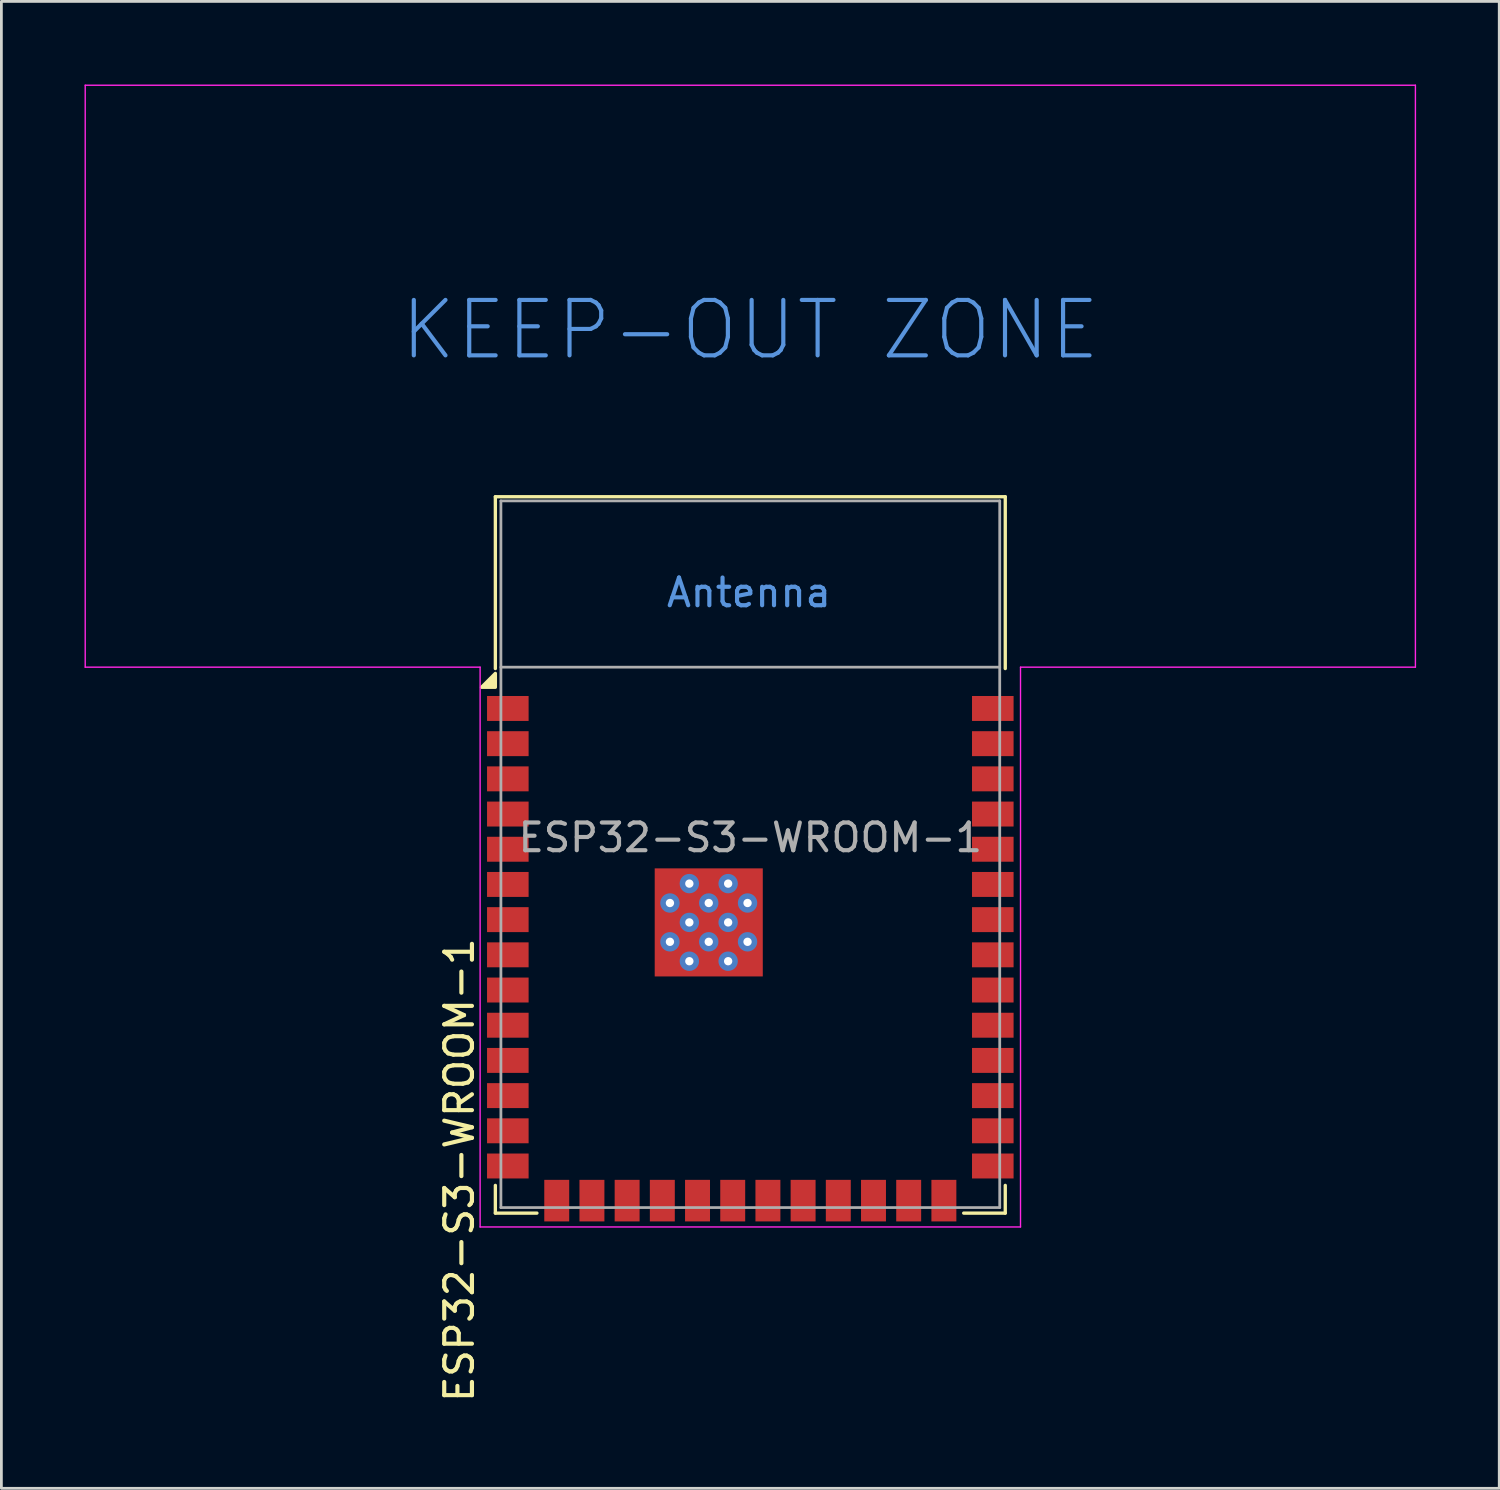
<source format=kicad_pcb>
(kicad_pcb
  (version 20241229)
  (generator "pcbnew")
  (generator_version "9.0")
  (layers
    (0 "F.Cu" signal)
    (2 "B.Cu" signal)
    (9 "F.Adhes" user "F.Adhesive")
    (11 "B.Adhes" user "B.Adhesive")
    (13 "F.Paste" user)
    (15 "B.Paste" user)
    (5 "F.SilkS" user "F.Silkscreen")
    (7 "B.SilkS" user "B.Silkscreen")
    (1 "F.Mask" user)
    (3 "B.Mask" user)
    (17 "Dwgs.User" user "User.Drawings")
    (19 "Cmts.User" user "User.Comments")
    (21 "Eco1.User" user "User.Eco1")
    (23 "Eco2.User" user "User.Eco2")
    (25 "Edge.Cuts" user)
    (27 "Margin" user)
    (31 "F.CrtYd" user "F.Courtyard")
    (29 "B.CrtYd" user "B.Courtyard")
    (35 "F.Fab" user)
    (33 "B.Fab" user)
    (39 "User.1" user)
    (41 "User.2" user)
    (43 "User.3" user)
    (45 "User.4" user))
  (footprint "ESP32-S3-WROOM-1"
    (layer "F.Cu")
    (at 24.025 27.775)
    (property "Reference" "ESP32-S3-WROOM-1" (at -10.5 11.4 90) (unlocked yes) (layer "F.SilkS") (effects (font (size 1 1) (thickness 0.15))))
    (attr smd)
    (fp_line (start -9.2 -12.9) (end -9.2 -6.7) (stroke (width 0.12) (type solid)) (layer "F.SilkS"))
    (fp_line (start -9.2 -12.9) (end 9.2 -12.9) (stroke (width 0.12) (type solid)) (layer "F.SilkS"))
    (fp_line (start -9.2 11.95) (end -9.2 12.95) (stroke (width 0.12) (type solid)) (layer "F.SilkS"))
    (fp_line (start -9.2 12.95) (end -7.7 12.95) (stroke (width 0.12) (type solid)) (layer "F.SilkS"))
    (fp_line (start 9.2 -12.9) (end 9.2 -6.7) (stroke (width 0.12) (type solid)) (layer "F.SilkS"))
    (fp_line (start 9.2 12.95) (end 7.7 12.95) (stroke (width 0.12) (type solid)) (layer "F.SilkS"))
    (fp_line (start 9.2 12.95) (end 9.2 11.95) (stroke (width 0.12) (type solid)) (layer "F.SilkS"))
    (fp_poly (pts (xy -9.2 -6.025) (xy -9.7 -6.025) (xy -9.2 -6.525) (xy -9.2 -6.025)) (stroke (width 0.12) (type solid)) (fill yes) (layer "F.SilkS"))
    (fp_line (start -24 -27.75) (end -24 -6.75) (stroke (width 0.05) (type solid)) (layer "F.CrtYd"))
    (fp_line (start -24 -6.75) (end -9.75 -6.75) (stroke (width 0.05) (type solid)) (layer "F.CrtYd"))
    (fp_line (start -9.75 13.45) (end -9.75 -6.75) (stroke (width 0.05) (type solid)) (layer "F.CrtYd"))
    (fp_line (start -9.75 13.45) (end 9.75 13.45) (stroke (width 0.05) (type solid)) (layer "F.CrtYd"))
    (fp_line (start 9.75 -6.75) (end 9.75 13.45) (stroke (width 0.05) (type solid)) (layer "F.CrtYd"))
    (fp_line (start 9.75 -6.75) (end 24 -6.75) (stroke (width 0.05) (type solid)) (layer "F.CrtYd"))
    (fp_line (start 24 -27.75) (end -24 -27.75) (stroke (width 0.05) (type solid)) (layer "F.CrtYd"))
    (fp_line (start 24 -6.75) (end 24 -27.75) (stroke (width 0.05) (type solid)) (layer "F.CrtYd"))
    (fp_line (start -9 -12.75) (end 9 -12.75) (stroke (width 0.1) (type solid)) (layer "F.Fab"))
    (fp_line (start -9 -6.75) (end 9 -6.75) (stroke (width 0.1) (type solid)) (layer "F.Fab"))
    (fp_line (start -9 12.75) (end -9 -12.75) (stroke (width 0.1) (type solid)) (layer "F.Fab"))
    (fp_line (start -9 12.75) (end 9 12.75) (stroke (width 0.1) (type solid)) (layer "F.Fab"))
    (fp_line (start 9 12.75) (end 9 -12.75) (stroke (width 0.1) (type solid)) (layer "F.Fab"))
    (fp_text user "KEEP-OUT ZONE" (at 0 -18.92 0) (layer "Cmts.User") (effects (font (size 2 2) (thickness 0.15))))
    (fp_text user "Antenna" (at -0.05 -9.44 0) (layer "Cmts.User") (effects (font (size 1 1) (thickness 0.15))))
    (fp_text user "${REFERENCE}" (at 0 -0.6 0) (unlocked yes) (layer "F.Fab") (effects (font (size 1 1) (thickness 0.15))))
    (pad "" smd rect (at -2.9 1.06) (size 0.9 0.9) (layers "F.Paste"))
    (pad "" smd rect (at -2.9 2.46 270) (size 0.9 0.9) (layers "F.Paste"))
    (pad "" smd rect (at -2.9 3.86) (size 0.9 0.9) (layers "F.Paste"))
    (pad "" smd rect (at -1.5 1.06 270) (size 0.9 0.9) (layers "F.Paste"))
    (pad "" smd rect (at -1.5 2.46 270) (size 0.9 0.9) (layers "F.Paste"))
    (pad "" smd rect (at -1.5 3.86 270) (size 0.9 0.9) (layers "F.Paste"))
    (pad "" smd rect (at -0.1 1.06 270) (size 0.9 0.9) (layers "F.Paste"))
    (pad "" smd rect (at -0.1 2.46 270) (size 0.9 0.9) (layers "F.Paste"))
    (pad "" smd rect (at -0.1 3.86 270) (size 0.9 0.9) (layers "F.Paste"))
    (pad "1" smd rect (at -8.75 -5.26) (size 1.5 0.9) (layers "F.Cu" "F.Mask" "F.Paste"))
    (pad "2" smd rect (at -8.75 -3.99) (size 1.5 0.9) (layers "F.Cu" "F.Mask" "F.Paste"))
    (pad "3" smd rect (at -8.75 -2.72) (size 1.5 0.9) (layers "F.Cu" "F.Mask" "F.Paste"))
    (pad "4" smd rect (at -8.75 -1.45) (size 1.5 0.9) (layers "F.Cu" "F.Mask" "F.Paste"))
    (pad "5" smd rect (at -8.75 -0.18) (size 1.5 0.9) (layers "F.Cu" "F.Mask" "F.Paste"))
    (pad "6" smd rect (at -8.75 1.09) (size 1.5 0.9) (layers "F.Cu" "F.Mask" "F.Paste"))
    (pad "7" smd rect (at -8.75 2.36) (size 1.5 0.9) (layers "F.Cu" "F.Mask" "F.Paste"))
    (pad "8" smd rect (at -8.75 3.63) (size 1.5 0.9) (layers "F.Cu" "F.Mask" "F.Paste"))
    (pad "9" smd rect (at -8.75 4.9) (size 1.5 0.9) (layers "F.Cu" "F.Mask" "F.Paste"))
    (pad "10" smd rect (at -8.75 6.17) (size 1.5 0.9) (layers "F.Cu" "F.Mask" "F.Paste"))
    (pad "11" smd rect (at -8.75 7.44) (size 1.5 0.9) (layers "F.Cu" "F.Mask" "F.Paste"))
    (pad "12" smd rect (at -8.75 8.71) (size 1.5 0.9) (layers "F.Cu" "F.Mask" "F.Paste"))
    (pad "13" smd rect (at -8.75 9.98) (size 1.5 0.9) (layers "F.Cu" "F.Mask" "F.Paste"))
    (pad "14" smd rect (at -8.75 11.25 180) (size 1.5 0.9) (layers "F.Cu" "F.Mask" "F.Paste"))
    (pad "15" smd rect (at -6.985 12.5 270) (size 1.5 0.9) (layers "F.Cu" "F.Mask" "F.Paste"))
    (pad "16" smd rect (at -5.715 12.5 270) (size 1.5 0.9) (layers "F.Cu" "F.Mask" "F.Paste"))
    (pad "17" smd rect (at -4.445 12.5 270) (size 1.5 0.9) (layers "F.Cu" "F.Mask" "F.Paste"))
    (pad "18" smd rect (at -3.175 12.5 270) (size 1.5 0.9) (layers "F.Cu" "F.Mask" "F.Paste"))
    (pad "19" smd rect (at -1.905 12.5 270) (size 1.5 0.9) (layers "F.Cu" "F.Mask" "F.Paste"))
    (pad "20" smd rect (at -0.635 12.5 270) (size 1.5 0.9) (layers "F.Cu" "F.Mask" "F.Paste"))
    (pad "21" smd rect (at 0.635 12.5 270) (size 1.5 0.9) (layers "F.Cu" "F.Mask" "F.Paste"))
    (pad "22" smd rect (at 1.905 12.5 270) (size 1.5 0.9) (layers "F.Cu" "F.Mask" "F.Paste"))
    (pad "23" smd rect (at 3.175 12.5 270) (size 1.5 0.9) (layers "F.Cu" "F.Mask" "F.Paste"))
    (pad "24" smd rect (at 4.445 12.5 270) (size 1.5 0.9) (layers "F.Cu" "F.Mask" "F.Paste"))
    (pad "25" smd rect (at 5.715 12.5 270) (size 1.5 0.9) (layers "F.Cu" "F.Mask" "F.Paste"))
    (pad "26" smd rect (at 6.985 12.5 270) (size 1.5 0.9) (layers "F.Cu" "F.Mask" "F.Paste"))
    (pad "27" smd rect (at 8.75 11.25) (size 1.5 0.9) (layers "F.Cu" "F.Mask" "F.Paste"))
    (pad "28" smd rect (at 8.75 9.98) (size 1.5 0.9) (layers "F.Cu" "F.Mask" "F.Paste"))
    (pad "29" smd rect (at 8.75 8.71) (size 1.5 0.9) (layers "F.Cu" "F.Mask" "F.Paste"))
    (pad "30" smd rect (at 8.75 7.44) (size 1.5 0.9) (layers "F.Cu" "F.Mask" "F.Paste"))
    (pad "31" smd rect (at 8.75 6.17) (size 1.5 0.9) (layers "F.Cu" "F.Mask" "F.Paste"))
    (pad "32" smd rect (at 8.75 4.9) (size 1.5 0.9) (layers "F.Cu" "F.Mask" "F.Paste"))
    (pad "33" smd rect (at 8.75 3.63) (size 1.5 0.9) (layers "F.Cu" "F.Mask" "F.Paste"))
    (pad "34" smd rect (at 8.75 2.36) (size 1.5 0.9) (layers "F.Cu" "F.Mask" "F.Paste"))
    (pad "35" smd rect (at 8.75 1.09) (size 1.5 0.9) (layers "F.Cu" "F.Mask" "F.Paste"))
    (pad "36" smd rect (at 8.75 -0.18) (size 1.5 0.9) (layers "F.Cu" "F.Mask" "F.Paste"))
    (pad "37" smd rect (at 8.75 -1.45) (size 1.5 0.9) (layers "F.Cu" "F.Mask" "F.Paste"))
    (pad "38" smd rect (at 8.75 -2.72) (size 1.5 0.9) (layers "F.Cu" "F.Mask" "F.Paste"))
    (pad "39" smd rect (at 8.75 -3.99) (size 1.5 0.9) (layers "F.Cu" "F.Mask" "F.Paste"))
    (pad "40" smd rect (at 8.75 -5.26) (size 1.5 0.9) (layers "F.Cu" "F.Mask" "F.Paste"))
    (pad "41" thru_hole circle (at -2.9 1.76 90) (size 0.7 0.7) (drill 0.3) (property pad_prop_heatsink) (layers "*.Cu" "F.Mask"))
    (pad "41" thru_hole circle (at -2.9 3.16) (size 0.7 0.7) (drill 0.3) (property pad_prop_heatsink) (layers "*.Cu" "F.Mask"))
    (pad "41" thru_hole circle (at -2.2 1.06) (size 0.7 0.7) (drill 0.3) (property pad_prop_heatsink) (layers "*.Cu" "F.Mask"))
    (pad "41" thru_hole circle (at -2.2 2.46) (size 0.7 0.7) (drill 0.3) (property pad_prop_heatsink) (layers "*.Cu" "F.Mask"))
    (pad "41" thru_hole circle (at -2.2 3.86) (size 0.7 0.7) (drill 0.3) (property pad_prop_heatsink) (layers "*.Cu" "F.Mask"))
    (pad "41" thru_hole circle (at -1.5 1.76) (size 0.7 0.7) (drill 0.3) (property pad_prop_heatsink) (layers "*.Cu" "F.Mask"))
    (pad "41" smd rect (at -1.5 2.46 270) (size 3.9 3.9) (layers "F.Cu" "F.Mask"))
    (pad "41" thru_hole circle (at -1.5 3.16) (size 0.7 0.7) (drill 0.3) (property pad_prop_heatsink) (layers "*.Cu" "F.Mask"))
    (pad "41" thru_hole circle (at -0.8 1.06) (size 0.7 0.7) (drill 0.3) (property pad_prop_heatsink) (layers "*.Cu" "F.Mask"))
    (pad "41" thru_hole circle (at -0.8 2.46) (size 0.7 0.7) (drill 0.3) (property pad_prop_heatsink) (layers "*.Cu" "F.Mask"))
    (pad "41" thru_hole circle (at -0.8 3.86) (size 0.7 0.7) (drill 0.3) (property pad_prop_heatsink) (layers "*.Cu" "F.Mask"))
    (pad "41" thru_hole circle (at -0.1 1.76) (size 0.7 0.7) (drill 0.3) (property pad_prop_heatsink) (layers "*.Cu" "F.Mask"))
    (pad "41" thru_hole circle (at -0.1 3.16) (size 0.7 0.7) (drill 0.3) (property pad_prop_heatsink) (layers "*.Cu" "F.Mask"))
    (zone (net_name "") (layers "F.Cu" "B.Cu") (hatch full 0.508) (connect_pads) (min_thickness 0.254) (filled_areas_thickness no) (keepout (tracks not_allowed) (vias not_allowed) (pads not_allowed) (copperpour not_allowed) (footprints not_allowed)) (placement (enabled no)) (fill) (polygon (pts (xy 0.025 21.025) (xy 48.025 21.025) (xy 48.025 0.025) (xy 0.025 0.025)))))
  (gr_rect
    (start -3 -3)
    (end 51.05 50.657)
    (stroke (width 0.1) (type default))
    (fill no)
    (layer "Edge.Cuts")))
</source>
